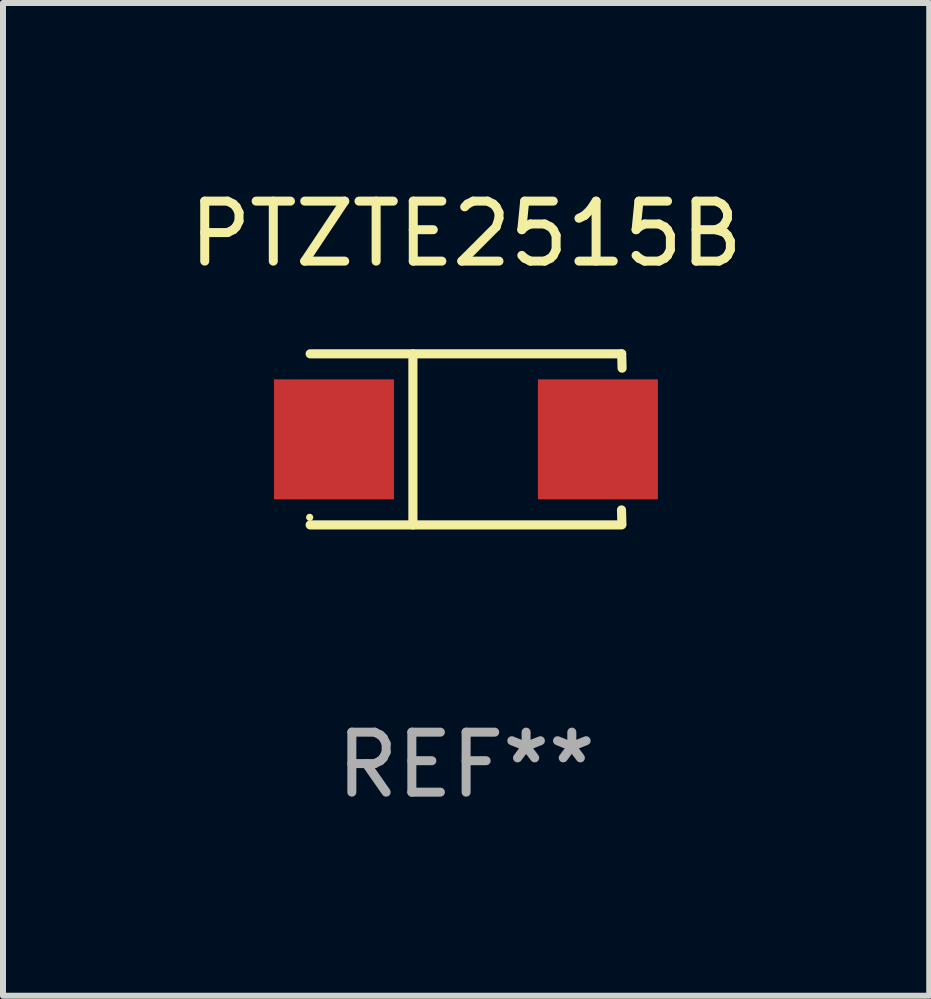
<source format=kicad_pcb>
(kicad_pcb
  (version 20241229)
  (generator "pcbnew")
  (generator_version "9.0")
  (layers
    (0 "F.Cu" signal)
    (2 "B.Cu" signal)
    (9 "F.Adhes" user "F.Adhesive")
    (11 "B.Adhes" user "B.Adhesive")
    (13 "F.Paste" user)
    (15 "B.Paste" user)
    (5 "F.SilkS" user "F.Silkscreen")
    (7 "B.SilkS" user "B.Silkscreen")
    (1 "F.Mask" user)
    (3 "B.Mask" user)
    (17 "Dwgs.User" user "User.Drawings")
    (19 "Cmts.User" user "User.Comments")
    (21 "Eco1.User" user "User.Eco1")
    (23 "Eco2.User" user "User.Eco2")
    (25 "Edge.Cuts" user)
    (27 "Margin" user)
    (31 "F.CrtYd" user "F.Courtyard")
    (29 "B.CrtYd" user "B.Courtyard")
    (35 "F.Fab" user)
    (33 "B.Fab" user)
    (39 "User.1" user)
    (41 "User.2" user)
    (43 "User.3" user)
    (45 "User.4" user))
  (footprint "PTZTE2515B"
    (layer "F.Cu")
    (at 4.72 4.274)
    (property "Reference" "PTZTE2515B" (at 0 -3.426 0) (layer "F.SilkS") (effects (font (size 1 1) (thickness 0.15))))
    (attr through_hole)
    (fp_line (start -2.6 -1.426) (end 2.593 -1.426) (stroke (width 0.152) (type solid)) (layer "F.SilkS"))
    (fp_line (start -2.6 1.426) (end 2.593 1.426) (stroke (width 0.152) (type solid)) (layer "F.SilkS"))
    (fp_line (start -0.887 -1.426) (end -0.887 1.426) (stroke (width 0.152) (type solid)) (layer "F.SilkS"))
    (fp_line (start 2.59 1.176) (end 2.597 1.415) (stroke (width 0.152) (type solid)) (layer "F.SilkS"))
    (fp_line (start 2.593 -1.426) (end 2.6 -1.187) (stroke (width 0.152) (type solid)) (layer "F.SilkS"))
    (fp_circle (center -2.608 1.3) (end -2.578 1.3) (stroke (width 0.06) (type solid)) (fill no) (layer "F.SilkS"))
    (fp_text user "REF**" (at 0 5.426 0) (layer "F.Fab") (effects (font (size 1 1) (thickness 0.15))))
    (pad "1" smd rect (at -2.203 0 180) (size 2 2) (layers "F.Cu" "F.Mask" "F.Paste"))
    (pad "2" smd rect (at 2.197 0 180) (size 2 2) (layers "F.Cu" "F.Mask" "F.Paste")))
  (gr_rect
    (start -3 -3)
    (end 12.44 13.549)
    (stroke (width 0.1) (type default))
    (fill no)
    (layer "Edge.Cuts")))
</source>
